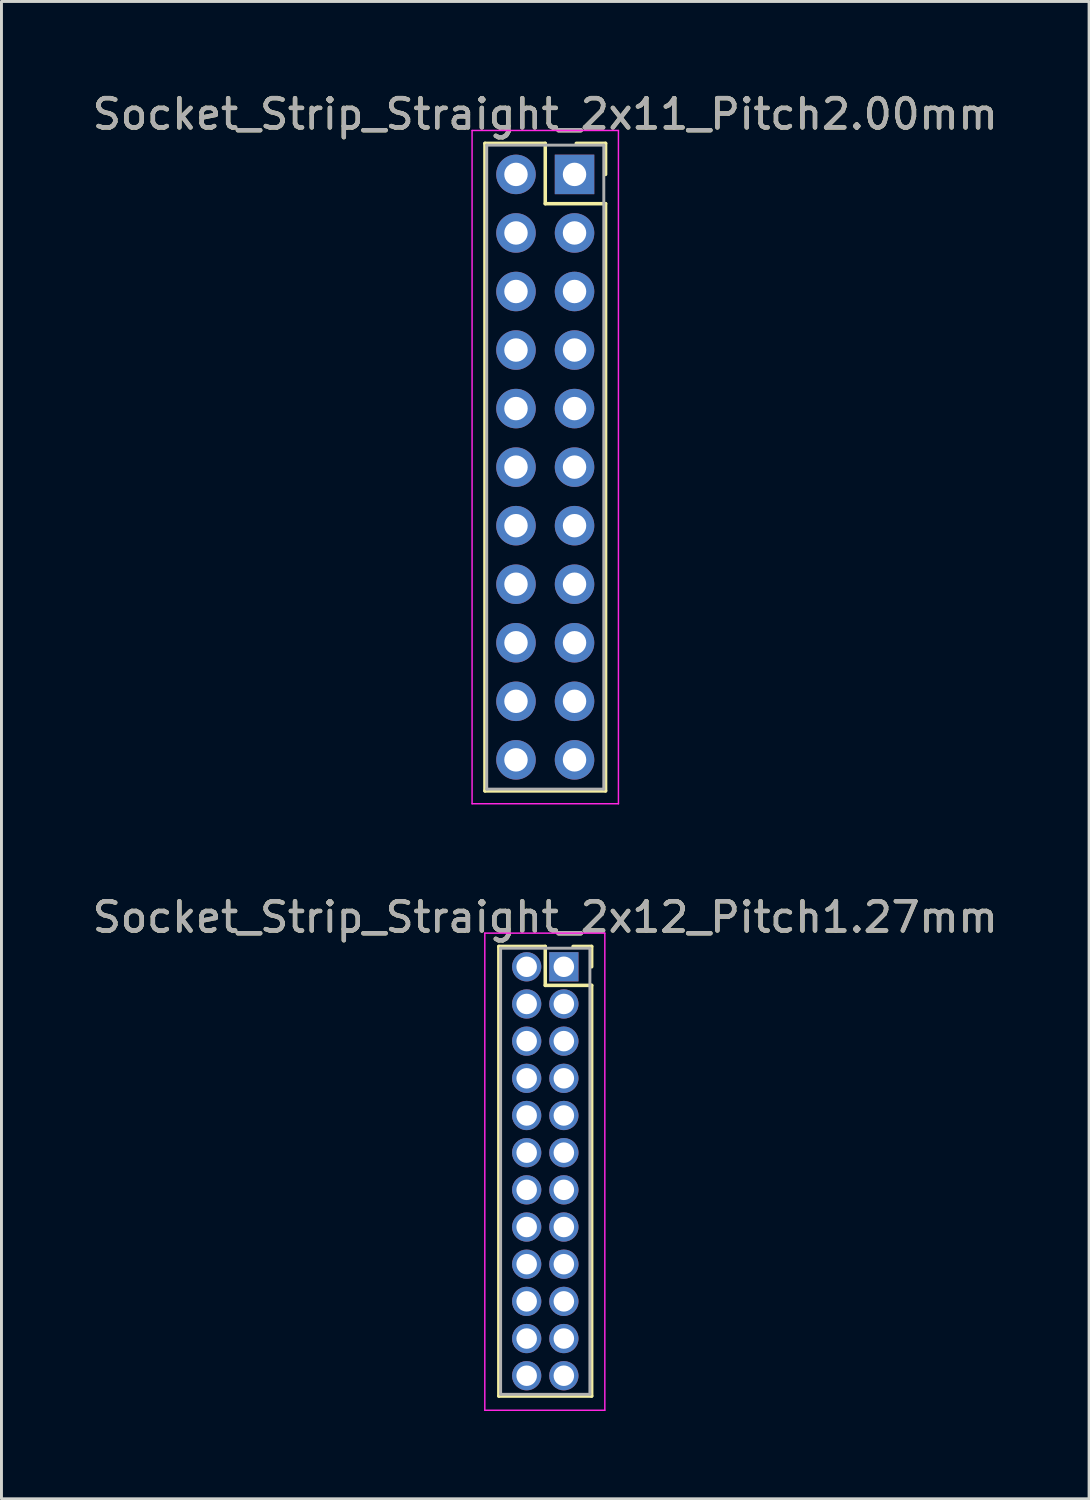
<source format=kicad_pcb>
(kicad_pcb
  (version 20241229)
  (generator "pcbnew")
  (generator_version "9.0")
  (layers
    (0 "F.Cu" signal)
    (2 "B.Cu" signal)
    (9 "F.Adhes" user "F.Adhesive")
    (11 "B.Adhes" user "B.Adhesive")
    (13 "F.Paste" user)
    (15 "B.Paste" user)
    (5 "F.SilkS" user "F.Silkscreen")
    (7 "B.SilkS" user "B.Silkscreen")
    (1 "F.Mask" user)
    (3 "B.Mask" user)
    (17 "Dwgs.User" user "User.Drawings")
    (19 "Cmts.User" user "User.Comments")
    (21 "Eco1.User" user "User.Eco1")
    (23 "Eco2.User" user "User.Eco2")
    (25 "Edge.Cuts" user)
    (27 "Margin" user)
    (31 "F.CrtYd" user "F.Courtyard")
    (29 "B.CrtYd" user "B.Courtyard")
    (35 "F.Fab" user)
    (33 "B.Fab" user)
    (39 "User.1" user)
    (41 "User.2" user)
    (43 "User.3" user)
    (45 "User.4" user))
  (footprint "Socket_Strip_Straight_2x12_Pitch1.27mm"
    (layer "F.Cu")
    (at 16.212 29.977)
    (property "Reference" "Socket_Strip_Straight_2x12_Pitch1.27mm" (at -0.635 -1.695 0) (layer "F.SilkS") (effects (font (size 1 1) (thickness 0.15))))
    (attr through_hole)
    (fp_line (start -2.22 -0.695) (end -0.635 -0.695) (stroke (width 0.12) (type solid)) (layer "F.SilkS"))
    (fp_line (start -2.22 14.665) (end -2.22 -0.695) (stroke (width 0.12) (type solid)) (layer "F.SilkS"))
    (fp_line (start -0.635 -0.695) (end -0.635 0.635) (stroke (width 0.12) (type solid)) (layer "F.SilkS"))
    (fp_line (start -0.635 0.635) (end 0.95 0.635) (stroke (width 0.12) (type solid)) (layer "F.SilkS"))
    (fp_line (start 0.95 -0.695) (end 0.315 -0.695) (stroke (width 0.12) (type solid)) (layer "F.SilkS"))
    (fp_line (start 0.95 0) (end 0.95 -0.695) (stroke (width 0.12) (type solid)) (layer "F.SilkS"))
    (fp_line (start 0.95 0.635) (end 0.95 14.665) (stroke (width 0.12) (type solid)) (layer "F.SilkS"))
    (fp_line (start 0.95 14.665) (end -2.22 14.665) (stroke (width 0.12) (type solid)) (layer "F.SilkS"))
    (fp_line (start -2.7 -1.15) (end -2.7 15.15) (stroke (width 0.05) (type solid)) (layer "F.CrtYd"))
    (fp_line (start -2.7 15.15) (end 1.4 15.15) (stroke (width 0.05) (type solid)) (layer "F.CrtYd"))
    (fp_line (start 1.4 -1.15) (end -2.7 -1.15) (stroke (width 0.05) (type solid)) (layer "F.CrtYd"))
    (fp_line (start 1.4 15.15) (end 1.4 -1.15) (stroke (width 0.05) (type solid)) (layer "F.CrtYd"))
    (fp_line (start -2.16 -0.635) (end -2.16 14.605) (stroke (width 0.1) (type solid)) (layer "F.Fab"))
    (fp_line (start -2.16 14.605) (end 0.89 14.605) (stroke (width 0.1) (type solid)) (layer "F.Fab"))
    (fp_line (start 0.89 -0.635) (end -2.16 -0.635) (stroke (width 0.1) (type solid)) (layer "F.Fab"))
    (fp_line (start 0.89 14.605) (end 0.89 -0.635) (stroke (width 0.1) (type solid)) (layer "F.Fab"))
    (fp_text user "${REFERENCE}" (at -0.635 -1.695 0) (layer "F.Fab") (effects (font (size 1 1) (thickness 0.15))))
    (pad "1" thru_hole rect (at 0 0) (size 1 1) (drill 0.7) (layers "*.Cu" "*.Mask"))
    (pad "2" thru_hole oval (at -1.27 0) (size 1 1) (drill 0.7) (layers "*.Cu" "*.Mask"))
    (pad "3" thru_hole oval (at 0 1.27) (size 1 1) (drill 0.7) (layers "*.Cu" "*.Mask"))
    (pad "4" thru_hole oval (at -1.27 1.27) (size 1 1) (drill 0.7) (layers "*.Cu" "*.Mask"))
    (pad "5" thru_hole oval (at 0 2.54) (size 1 1) (drill 0.7) (layers "*.Cu" "*.Mask"))
    (pad "6" thru_hole oval (at -1.27 2.54) (size 1 1) (drill 0.7) (layers "*.Cu" "*.Mask"))
    (pad "7" thru_hole oval (at 0 3.81) (size 1 1) (drill 0.7) (layers "*.Cu" "*.Mask"))
    (pad "8" thru_hole oval (at -1.27 3.81) (size 1 1) (drill 0.7) (layers "*.Cu" "*.Mask"))
    (pad "9" thru_hole oval (at 0 5.08) (size 1 1) (drill 0.7) (layers "*.Cu" "*.Mask"))
    (pad "10" thru_hole oval (at -1.27 5.08) (size 1 1) (drill 0.7) (layers "*.Cu" "*.Mask"))
    (pad "11" thru_hole oval (at 0 6.35) (size 1 1) (drill 0.7) (layers "*.Cu" "*.Mask"))
    (pad "12" thru_hole oval (at -1.27 6.35) (size 1 1) (drill 0.7) (layers "*.Cu" "*.Mask"))
    (pad "13" thru_hole oval (at 0 7.62) (size 1 1) (drill 0.7) (layers "*.Cu" "*.Mask"))
    (pad "14" thru_hole oval (at -1.27 7.62) (size 1 1) (drill 0.7) (layers "*.Cu" "*.Mask"))
    (pad "15" thru_hole oval (at 0 8.89) (size 1 1) (drill 0.7) (layers "*.Cu" "*.Mask"))
    (pad "16" thru_hole oval (at -1.27 8.89) (size 1 1) (drill 0.7) (layers "*.Cu" "*.Mask"))
    (pad "17" thru_hole oval (at 0 10.16) (size 1 1) (drill 0.7) (layers "*.Cu" "*.Mask"))
    (pad "18" thru_hole oval (at -1.27 10.16) (size 1 1) (drill 0.7) (layers "*.Cu" "*.Mask"))
    (pad "19" thru_hole oval (at 0 11.43) (size 1 1) (drill 0.7) (layers "*.Cu" "*.Mask"))
    (pad "20" thru_hole oval (at -1.27 11.43) (size 1 1) (drill 0.7) (layers "*.Cu" "*.Mask"))
    (pad "21" thru_hole oval (at 0 12.7) (size 1 1) (drill 0.7) (layers "*.Cu" "*.Mask"))
    (pad "22" thru_hole oval (at -1.27 12.7) (size 1 1) (drill 0.7) (layers "*.Cu" "*.Mask"))
    (pad "23" thru_hole oval (at 0 13.97) (size 1 1) (drill 0.7) (layers "*.Cu" "*.Mask"))
    (pad "24" thru_hole oval (at -1.27 13.97) (size 1 1) (drill 0.7) (layers "*.Cu" "*.Mask")))
  (footprint "Socket_Strip_Straight_2x11_Pitch2.00mm"
    (layer "F.Cu")
    (at 16.577 2.908)
    (property "Reference" "Socket_Strip_Straight_2x11_Pitch2.00mm" (at -1 -2.06 0) (layer "F.SilkS") (effects (font (size 1 1) (thickness 0.15))))
    (attr through_hole)
    (fp_line (start -3.06 -1.06) (end -1 -1.06) (stroke (width 0.12) (type solid)) (layer "F.SilkS"))
    (fp_line (start -3.06 21.06) (end -3.06 -1.06) (stroke (width 0.12) (type solid)) (layer "F.SilkS"))
    (fp_line (start -1 -1.06) (end -1 1) (stroke (width 0.12) (type solid)) (layer "F.SilkS"))
    (fp_line (start -1 1) (end 1.06 1) (stroke (width 0.12) (type solid)) (layer "F.SilkS"))
    (fp_line (start 1.06 -1.06) (end 0.06 -1.06) (stroke (width 0.12) (type solid)) (layer "F.SilkS"))
    (fp_line (start 1.06 0) (end 1.06 -1.06) (stroke (width 0.12) (type solid)) (layer "F.SilkS"))
    (fp_line (start 1.06 1) (end 1.06 21.06) (stroke (width 0.12) (type solid)) (layer "F.SilkS"))
    (fp_line (start 1.06 21.06) (end -3.06 21.06) (stroke (width 0.12) (type solid)) (layer "F.SilkS"))
    (fp_line (start -3.5 -1.5) (end -3.5 21.5) (stroke (width 0.05) (type solid)) (layer "F.CrtYd"))
    (fp_line (start -3.5 21.5) (end 1.5 21.5) (stroke (width 0.05) (type solid)) (layer "F.CrtYd"))
    (fp_line (start 1.5 -1.5) (end -3.5 -1.5) (stroke (width 0.05) (type solid)) (layer "F.CrtYd"))
    (fp_line (start 1.5 21.5) (end 1.5 -1.5) (stroke (width 0.05) (type solid)) (layer "F.CrtYd"))
    (fp_line (start -3 -1) (end -3 21) (stroke (width 0.1) (type solid)) (layer "F.Fab"))
    (fp_line (start -3 21) (end 1 21) (stroke (width 0.1) (type solid)) (layer "F.Fab"))
    (fp_line (start 1 -1) (end -3 -1) (stroke (width 0.1) (type solid)) (layer "F.Fab"))
    (fp_line (start 1 21) (end 1 -1) (stroke (width 0.1) (type solid)) (layer "F.Fab"))
    (fp_text user "${REFERENCE}" (at -1 -2.06 0) (layer "F.Fab") (effects (font (size 1 1) (thickness 0.15))))
    (pad "1" thru_hole rect (at 0 0) (size 1.35 1.35) (drill 0.8) (layers "*.Cu" "*.Mask"))
    (pad "2" thru_hole oval (at -2 0) (size 1.35 1.35) (drill 0.8) (layers "*.Cu" "*.Mask"))
    (pad "3" thru_hole oval (at 0 2) (size 1.35 1.35) (drill 0.8) (layers "*.Cu" "*.Mask"))
    (pad "4" thru_hole oval (at -2 2) (size 1.35 1.35) (drill 0.8) (layers "*.Cu" "*.Mask"))
    (pad "5" thru_hole oval (at 0 4) (size 1.35 1.35) (drill 0.8) (layers "*.Cu" "*.Mask"))
    (pad "6" thru_hole oval (at -2 4) (size 1.35 1.35) (drill 0.8) (layers "*.Cu" "*.Mask"))
    (pad "7" thru_hole oval (at 0 6) (size 1.35 1.35) (drill 0.8) (layers "*.Cu" "*.Mask"))
    (pad "8" thru_hole oval (at -2 6) (size 1.35 1.35) (drill 0.8) (layers "*.Cu" "*.Mask"))
    (pad "9" thru_hole oval (at 0 8) (size 1.35 1.35) (drill 0.8) (layers "*.Cu" "*.Mask"))
    (pad "10" thru_hole oval (at -2 8) (size 1.35 1.35) (drill 0.8) (layers "*.Cu" "*.Mask"))
    (pad "11" thru_hole oval (at 0 10) (size 1.35 1.35) (drill 0.8) (layers "*.Cu" "*.Mask"))
    (pad "12" thru_hole oval (at -2 10) (size 1.35 1.35) (drill 0.8) (layers "*.Cu" "*.Mask"))
    (pad "13" thru_hole oval (at 0 12) (size 1.35 1.35) (drill 0.8) (layers "*.Cu" "*.Mask"))
    (pad "14" thru_hole oval (at -2 12) (size 1.35 1.35) (drill 0.8) (layers "*.Cu" "*.Mask"))
    (pad "15" thru_hole oval (at 0 14) (size 1.35 1.35) (drill 0.8) (layers "*.Cu" "*.Mask"))
    (pad "16" thru_hole oval (at -2 14) (size 1.35 1.35) (drill 0.8) (layers "*.Cu" "*.Mask"))
    (pad "17" thru_hole oval (at 0 16) (size 1.35 1.35) (drill 0.8) (layers "*.Cu" "*.Mask"))
    (pad "18" thru_hole oval (at -2 16) (size 1.35 1.35) (drill 0.8) (layers "*.Cu" "*.Mask"))
    (pad "19" thru_hole oval (at 0 18) (size 1.35 1.35) (drill 0.8) (layers "*.Cu" "*.Mask"))
    (pad "20" thru_hole oval (at -2 18) (size 1.35 1.35) (drill 0.8) (layers "*.Cu" "*.Mask"))
    (pad "21" thru_hole oval (at 0 20) (size 1.35 1.35) (drill 0.8) (layers "*.Cu" "*.Mask"))
    (pad "22" thru_hole oval (at -2 20) (size 1.35 1.35) (drill 0.8) (layers "*.Cu" "*.Mask")))
  (gr_rect
    (start -3 -3)
    (end 34.155 48.151)
    (stroke (width 0.1) (type default))
    (fill no)
    (layer "Edge.Cuts")))
</source>
